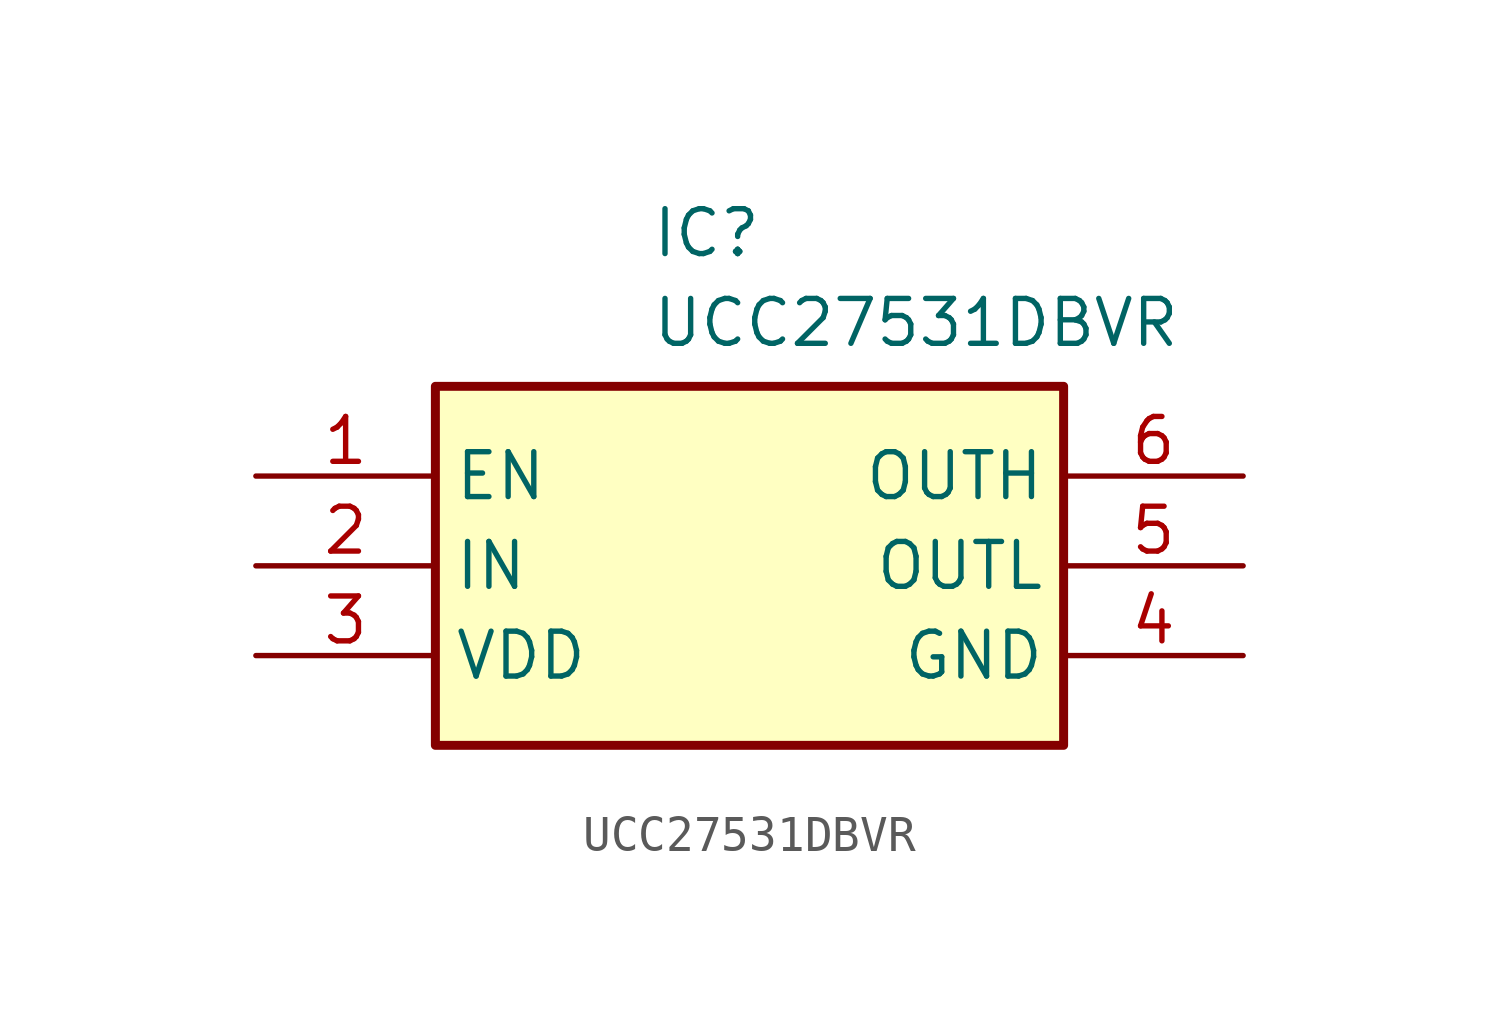
<source format=kicad_sym>
(kicad_symbol_lib
  (version 20231120)
  (generator "kicad_symbol_editor")
  (generator_version "8.0")
  (symbol "UCC27531DBVR"
    (property "Reference" "IC"
      (at 11.176 7.62 0)
      (effects (font (size 1.27 1.27)) (justify left top)))
    (property "Value" "UCC27531DBVR"
      (at 11.176 5.08 0)
      (effects (font (size 1.27 1.27)) (justify left top)))
    (symbol "UCC27531DBVR_1_1"
      (rectangle (start 5.08 2.54) (end 22.86 -7.62) (stroke (width 0.254) (type default)) (fill (type background)))
      (pin passive line (at 0 0 0) (length 5.08) (name "EN" (effects (font (size 1.27 1.27)))) (number "1" (effects (font (size 1.27 1.27)))))
      (pin passive line (at 0 -2.54 0) (length 5.08) (name "IN" (effects (font (size 1.27 1.27)))) (number "2" (effects (font (size 1.27 1.27)))))
      (pin passive line (at 0 -5.08 0) (length 5.08) (name "VDD" (effects (font (size 1.27 1.27)))) (number "3" (effects (font (size 1.27 1.27)))))
      (pin passive line (at 27.94 -5.08 180) (length 5.08) (name "GND" (effects (font (size 1.27 1.27)))) (number "4" (effects (font (size 1.27 1.27)))))
      (pin passive line (at 27.94 -2.54 180) (length 5.08) (name "OUTL" (effects (font (size 1.27 1.27)))) (number "5" (effects (font (size 1.27 1.27)))))
      (pin passive line (at 27.94 0 180) (length 5.08) (name "OUTH" (effects (font (size 1.27 1.27)))) (number "6" (effects (font (size 1.27 1.27))))))))
</source>
